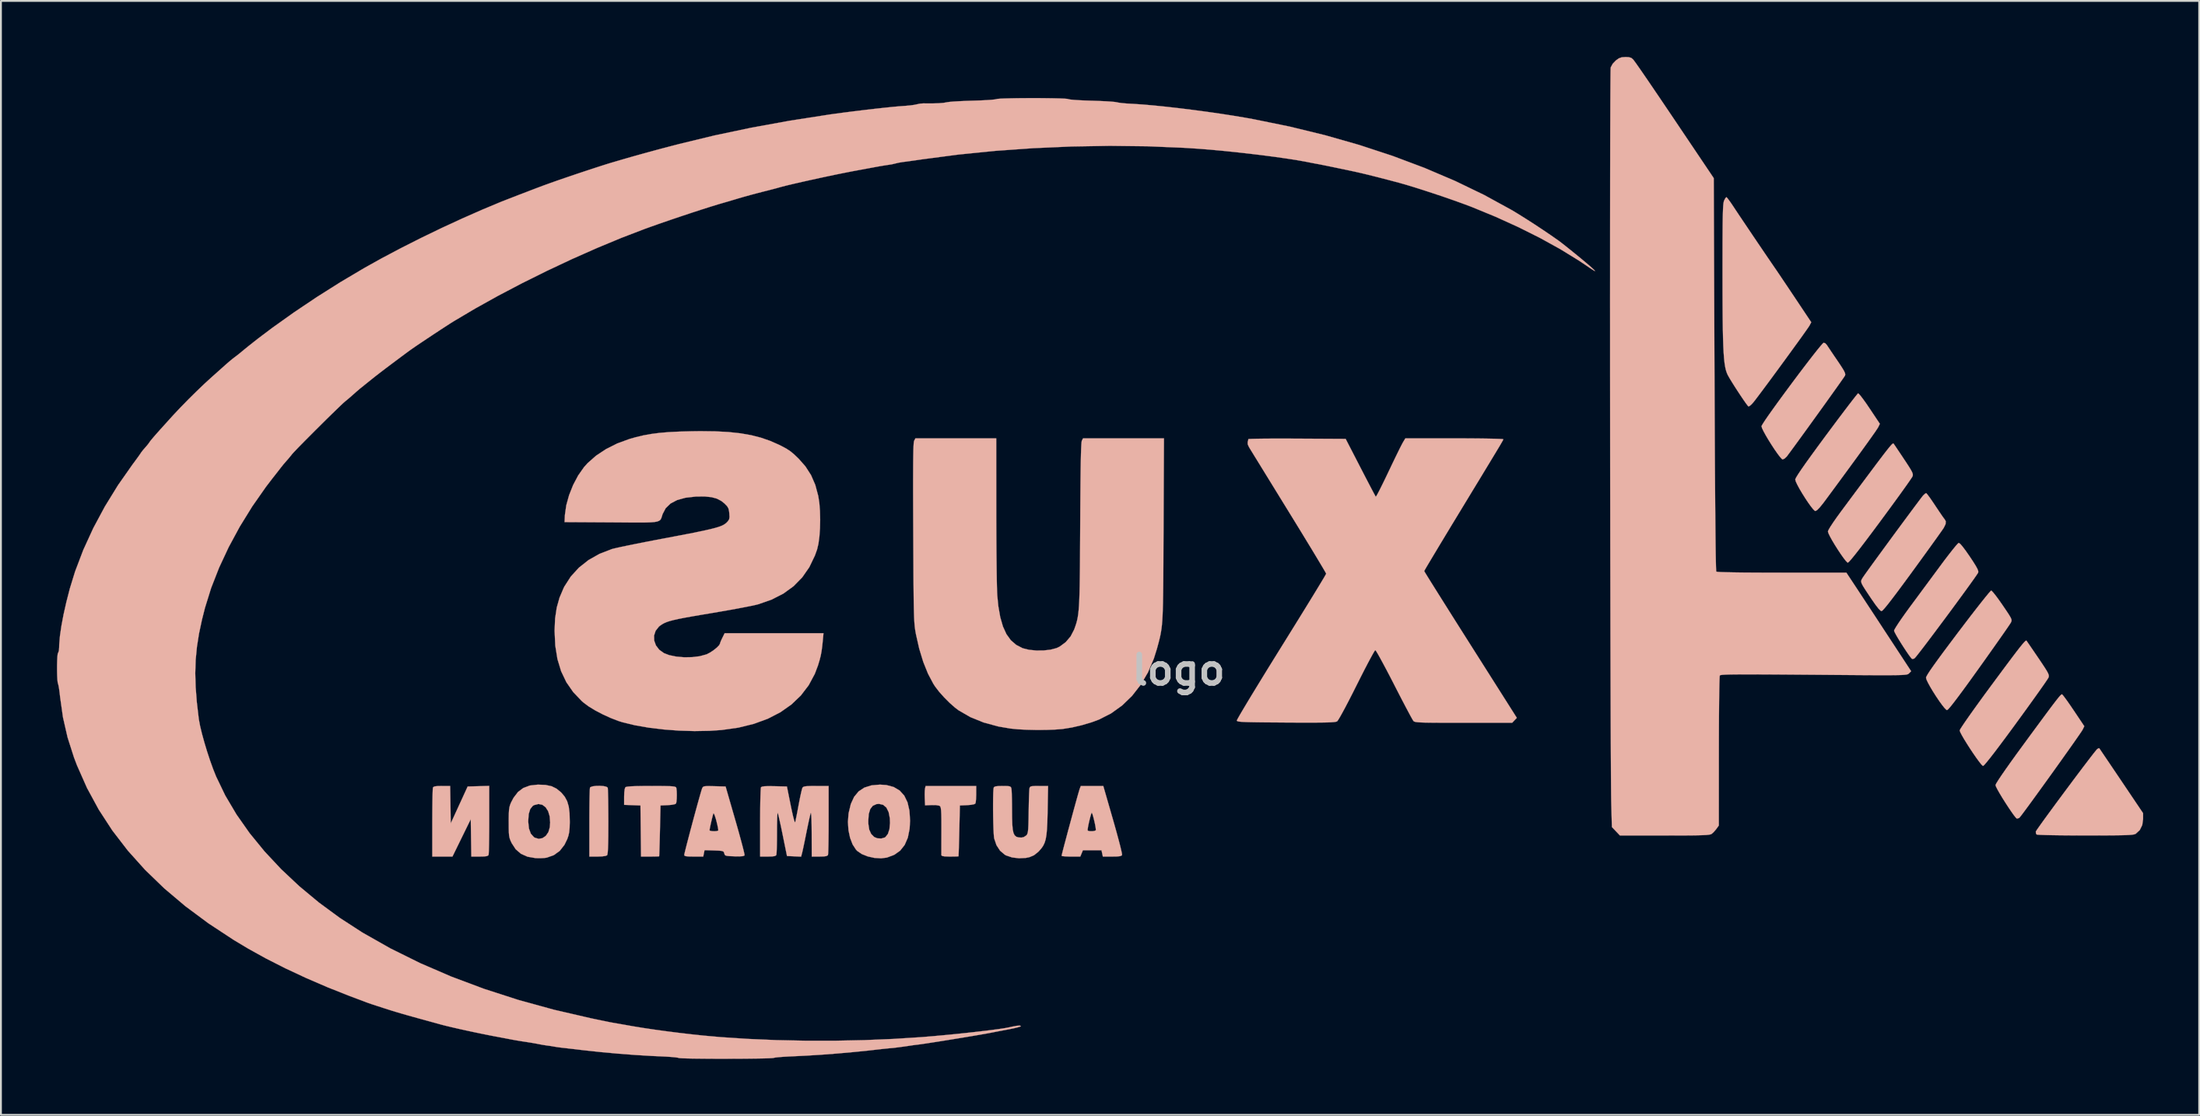
<source format=kicad_pcb>
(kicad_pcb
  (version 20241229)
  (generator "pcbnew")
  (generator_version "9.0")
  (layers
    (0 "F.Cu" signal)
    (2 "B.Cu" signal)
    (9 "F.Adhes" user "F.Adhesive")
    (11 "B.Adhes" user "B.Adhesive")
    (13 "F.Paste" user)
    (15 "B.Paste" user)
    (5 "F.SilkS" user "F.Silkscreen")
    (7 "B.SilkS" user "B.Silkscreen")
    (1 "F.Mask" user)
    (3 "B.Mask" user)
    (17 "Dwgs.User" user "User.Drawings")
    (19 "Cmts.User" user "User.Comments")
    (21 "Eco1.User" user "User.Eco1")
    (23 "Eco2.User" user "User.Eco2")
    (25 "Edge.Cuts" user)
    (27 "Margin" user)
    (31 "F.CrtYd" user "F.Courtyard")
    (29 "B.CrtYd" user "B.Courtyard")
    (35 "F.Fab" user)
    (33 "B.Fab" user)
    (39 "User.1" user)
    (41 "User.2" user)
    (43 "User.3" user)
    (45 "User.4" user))
  (footprint "logo"
    (layer "F.Cu")
    (at 59.961 32.256)
    (property "Reference" "logo" (at 0.1 0.6 0) (layer "Dwgs.User") (effects (font (size 1.524 1.524) (thickness 0.3))))
    (attr through_hole)
    (fp_poly (pts (xy -31.091 6.805) (xy -31.27 6.827) (xy -31.389 6.868) (xy -31.418 6.898) (xy -31.427 6.975) (xy -31.434 7.15) (xy -31.441 7.41) (xy -31.446 7.739) (xy -31.45 8.125) (xy -31.452 8.552) (xy -31.452 8.789) (xy -31.452 10.591) (xy -31.012 10.591) (xy -30.764 10.582) (xy -30.586 10.557) (xy -30.504 10.523) (xy -30.483 10.468) (xy -30.467 10.345) (xy -30.454 10.144) (xy -30.445 9.859) (xy -30.439 9.48) (xy -30.437 9.001) (xy -30.436 8.721) (xy -30.438 8.287) (xy -30.441 7.886) (xy -30.445 7.534) (xy -30.452 7.246) (xy -30.459 7.035) (xy -30.467 6.916) (xy -30.471 6.898) (xy -30.544 6.848) (xy -30.694 6.815) (xy -30.888 6.801) (xy -31.091 6.805)) (stroke (width 0.01) (type solid)) (fill yes) (layer "B.SilkS"))
    (fp_poly (pts (xy -37.392 6.821) (xy -37.969 6.837) (xy -38.253 7.458) (xy -38.385 7.745) (xy -38.519 8.037) (xy -38.637 8.295) (xy -38.706 8.446) (xy -38.875 8.813) (xy -38.89 7.811) (xy -38.906 6.809) (xy -39.35 6.809) (xy -39.585 6.814) (xy -39.729 6.831) (xy -39.805 6.864) (xy -39.828 6.898) (xy -39.837 6.975) (xy -39.844 7.15) (xy -39.851 7.41) (xy -39.856 7.739) (xy -39.86 8.125) (xy -39.862 8.552) (xy -39.863 8.789) (xy -39.863 10.591) (xy -38.783 10.591) (xy -38.293 9.589) (xy -37.802 8.587) (xy -37.787 9.589) (xy -37.772 10.591) (xy -37.327 10.591) (xy -37.093 10.586) (xy -36.948 10.569) (xy -36.873 10.536) (xy -36.849 10.501) (xy -36.841 10.425) (xy -36.833 10.25) (xy -36.826 9.99) (xy -36.821 9.66) (xy -36.817 9.275) (xy -36.815 8.848) (xy -36.815 8.609) (xy -36.815 6.805) (xy -37.392 6.821)) (stroke (width 0.01) (type solid)) (fill yes) (layer "B.SilkS"))
    (fp_poly (pts (xy -28.61 6.811) (xy -28.969 6.817) (xy -29.233 6.828) (xy -29.408 6.844) (xy -29.503 6.865) (xy -29.522 6.877) (xy -29.559 6.971) (xy -29.582 7.156) (xy -29.59 7.382) (xy -29.59 7.82) (xy -29.152 7.837) (xy -28.715 7.853) (xy -28.7 9.222) (xy -28.685 10.591) (xy -28.206 10.591) (xy -27.988 10.589) (xy -27.818 10.585) (xy -27.725 10.579) (xy -27.716 10.577) (xy -27.711 10.519) (xy -27.705 10.363) (xy -27.697 10.127) (xy -27.688 9.824) (xy -27.679 9.471) (xy -27.673 9.208) (xy -27.642 7.853) (xy -27.249 7.836) (xy -27.035 7.818) (xy -26.88 7.787) (xy -26.812 7.751) (xy -26.789 7.658) (xy -26.774 7.49) (xy -26.769 7.29) (xy -26.774 7.094) (xy -26.79 6.943) (xy -26.802 6.898) (xy -26.825 6.869) (xy -26.878 6.847) (xy -26.974 6.831) (xy -27.127 6.82) (xy -27.35 6.814) (xy -27.657 6.81) (xy -28.061 6.809) (xy -28.145 6.809) (xy -28.61 6.811)) (stroke (width 0.01) (type solid)) (fill yes) (layer "B.SilkS"))
    (fp_poly (pts (xy -13.477 6.937) (xy -13.491 7.058) (xy -13.496 7.249) (xy -13.492 7.456) (xy -13.475 7.846) (xy -13.119 7.831) (xy -12.887 7.834) (xy -12.727 7.862) (xy -12.679 7.886) (xy -12.652 7.926) (xy -12.631 8.003) (xy -12.616 8.132) (xy -12.606 8.324) (xy -12.601 8.595) (xy -12.6 8.958) (xy -12.6 9.202) (xy -12.601 9.569) (xy -12.602 9.9) (xy -12.602 10.177) (xy -12.602 10.383) (xy -12.602 10.501) (xy -12.602 10.52) (xy -12.561 10.559) (xy -12.435 10.582) (xy -12.21 10.59) (xy -12.148 10.591) (xy -11.937 10.589) (xy -11.775 10.585) (xy -11.691 10.578) (xy -11.685 10.577) (xy -11.681 10.519) (xy -11.675 10.363) (xy -11.667 10.127) (xy -11.658 9.824) (xy -11.649 9.471) (xy -11.643 9.208) (xy -11.612 7.853) (xy -11.219 7.836) (xy -11.005 7.818) (xy -10.849 7.787) (xy -10.782 7.751) (xy -10.761 7.665) (xy -10.746 7.499) (xy -10.738 7.287) (xy -10.738 7.246) (xy -10.737 6.809) (xy -13.445 6.809) (xy -13.477 6.937)) (stroke (width 0.01) (type solid)) (fill yes) (layer "B.SilkS"))
    (fp_poly (pts (xy 36.441 -14.182) (xy 36.335 -14.051) (xy 36.176 -13.848) (xy 35.97 -13.58) (xy 35.724 -13.256) (xy 35.445 -12.886) (xy 35.139 -12.477) (xy 34.813 -12.039) (xy 34.772 -11.984) (xy 34.34 -11.398) (xy 33.976 -10.898) (xy 33.678 -10.484) (xy 33.446 -10.151) (xy 33.277 -9.899) (xy 33.17 -9.725) (xy 33.124 -9.628) (xy 33.121 -9.614) (xy 33.15 -9.506) (xy 33.23 -9.334) (xy 33.348 -9.115) (xy 33.493 -8.87) (xy 33.651 -8.618) (xy 33.81 -8.379) (xy 33.958 -8.172) (xy 34.083 -8.017) (xy 34.172 -7.933) (xy 34.197 -7.923) (xy 34.289 -7.972) (xy 34.434 -8.119) (xy 34.63 -8.362) (xy 34.692 -8.445) (xy 35.157 -9.075) (xy 35.594 -9.669) (xy 35.999 -10.222) (xy 36.368 -10.727) (xy 36.696 -11.179) (xy 36.978 -11.57) (xy 37.21 -11.896) (xy 37.389 -12.15) (xy 37.508 -12.326) (xy 37.565 -12.418) (xy 37.565 -12.419) (xy 37.651 -12.597) (xy 37.1 -13.423) (xy 36.919 -13.69) (xy 36.755 -13.918) (xy 36.621 -14.094) (xy 36.526 -14.202) (xy 36.486 -14.23) (xy 36.441 -14.182)) (stroke (width 0.01) (type solid)) (fill yes) (layer "B.SilkS"))
    (fp_poly (pts (xy 49.346 4.796) (xy 49.283 4.839) (xy 49.225 4.905) (xy 49.109 5.049) (xy 48.944 5.261) (xy 48.738 5.531) (xy 48.498 5.846) (xy 48.234 6.197) (xy 47.953 6.572) (xy 47.663 6.961) (xy 47.373 7.352) (xy 47.09 7.734) (xy 46.824 8.097) (xy 46.58 8.43) (xy 46.369 8.721) (xy 46.199 8.96) (xy 46.076 9.135) (xy 46.01 9.237) (xy 46.001 9.255) (xy 46.013 9.366) (xy 46.052 9.41) (xy 46.123 9.421) (xy 46.295 9.43) (xy 46.557 9.439) (xy 46.897 9.446) (xy 47.302 9.452) (xy 47.762 9.456) (xy 48.264 9.459) (xy 48.67 9.459) (xy 49.282 9.459) (xy 49.791 9.457) (xy 50.207 9.454) (xy 50.54 9.45) (xy 50.8 9.443) (xy 50.997 9.434) (xy 51.141 9.423) (xy 51.242 9.408) (xy 51.31 9.39) (xy 51.353 9.37) (xy 51.569 9.172) (xy 51.702 8.903) (xy 51.747 8.583) (xy 51.747 8.268) (xy 50.581 6.536) (xy 50.316 6.143) (xy 50.071 5.78) (xy 49.853 5.457) (xy 49.67 5.186) (xy 49.528 4.976) (xy 49.435 4.838) (xy 49.397 4.783) (xy 49.397 4.783) (xy 49.346 4.796)) (stroke (width 0.01) (type solid)) (fill yes) (layer "B.SilkS"))
    (fp_poly (pts (xy -16.347 6.776) (xy -16.727 6.896) (xy -17.035 7.101) (xy -17.276 7.393) (xy -17.452 7.776) (xy -17.566 8.252) (xy -17.574 8.303) (xy -17.606 8.743) (xy -17.577 9.178) (xy -17.492 9.584) (xy -17.357 9.939) (xy -17.176 10.218) (xy -17.106 10.292) (xy -16.861 10.458) (xy -16.542 10.585) (xy -16.187 10.663) (xy -15.831 10.685) (xy -15.52 10.646) (xy -15.126 10.498) (xy -14.808 10.273) (xy -14.567 9.967) (xy -14.399 9.579) (xy -14.304 9.106) (xy -14.286 8.787) (xy -15.353 8.787) (xy -15.383 9.121) (xy -15.466 9.378) (xy -15.598 9.546) (xy -15.634 9.57) (xy -15.819 9.624) (xy -16.031 9.612) (xy -16.2 9.543) (xy -16.363 9.378) (xy -16.466 9.148) (xy -16.513 8.837) (xy -16.517 8.672) (xy -16.491 8.309) (xy -16.41 8.042) (xy -16.272 7.867) (xy -16.074 7.78) (xy -15.942 7.768) (xy -15.72 7.819) (xy -15.547 7.967) (xy -15.427 8.208) (xy -15.363 8.535) (xy -15.353 8.787) (xy -14.286 8.787) (xy -14.279 8.672) (xy -14.312 8.136) (xy -14.415 7.688) (xy -14.589 7.328) (xy -14.836 7.053) (xy -15.155 6.864) (xy -15.548 6.759) (xy -15.892 6.736) (xy -16.347 6.776)) (stroke (width 0.01) (type solid)) (fill yes) (layer "B.SilkS"))
    (fp_poly (pts (xy 41.872 -6.217) (xy 41.817 -6.169) (xy 41.705 -6.042) (xy 41.547 -5.848) (xy 41.353 -5.601) (xy 41.132 -5.313) (xy 40.953 -5.072) (xy 40.658 -4.673) (xy 40.322 -4.218) (xy 39.969 -3.741) (xy 39.626 -3.276) (xy 39.317 -2.858) (xy 39.265 -2.789) (xy 39.031 -2.467) (xy 38.822 -2.171) (xy 38.646 -1.914) (xy 38.514 -1.708) (xy 38.433 -1.569) (xy 38.412 -1.513) (xy 38.442 -1.433) (xy 38.522 -1.282) (xy 38.64 -1.08) (xy 38.782 -0.849) (xy 38.935 -0.61) (xy 39.084 -0.384) (xy 39.217 -0.192) (xy 39.32 -0.056) (xy 39.375 0.001) (xy 39.455 -0.004) (xy 39.514 -0.037) (xy 39.572 -0.101) (xy 39.688 -0.245) (xy 39.854 -0.458) (xy 40.062 -0.729) (xy 40.303 -1.048) (xy 40.57 -1.403) (xy 40.854 -1.784) (xy 41.149 -2.179) (xy 41.445 -2.579) (xy 41.735 -2.973) (xy 42.01 -3.349) (xy 42.264 -3.697) (xy 42.487 -4.006) (xy 42.673 -4.266) (xy 42.812 -4.465) (xy 42.897 -4.593) (xy 42.92 -4.636) (xy 42.918 -4.71) (xy 42.876 -4.823) (xy 42.787 -4.987) (xy 42.644 -5.215) (xy 42.456 -5.498) (xy 42.241 -5.806) (xy 42.07 -6.032) (xy 41.947 -6.171) (xy 41.875 -6.217) (xy 41.872 -6.217)) (stroke (width 0.01) (type solid)) (fill yes) (layer "B.SilkS"))
    (fp_poly (pts (xy 47.38 1.905) (xy 47.345 1.932) (xy 47.294 1.983) (xy 47.221 2.068) (xy 47.122 2.192) (xy 46.991 2.361) (xy 46.822 2.584) (xy 46.611 2.867) (xy 46.353 3.216) (xy 46.042 3.638) (xy 45.672 4.14) (xy 45.405 4.505) (xy 45.009 5.046) (xy 44.667 5.521) (xy 44.381 5.926) (xy 44.153 6.255) (xy 43.986 6.507) (xy 43.882 6.677) (xy 43.845 6.761) (xy 43.844 6.763) (xy 43.874 6.85) (xy 43.953 7.006) (xy 44.072 7.215) (xy 44.217 7.456) (xy 44.378 7.711) (xy 44.542 7.963) (xy 44.697 8.192) (xy 44.831 8.38) (xy 44.933 8.508) (xy 44.991 8.558) (xy 44.993 8.558) (xy 45.099 8.527) (xy 45.119 8.515) (xy 45.166 8.46) (xy 45.272 8.323) (xy 45.427 8.115) (xy 45.624 7.848) (xy 45.855 7.531) (xy 46.113 7.175) (xy 46.39 6.792) (xy 46.679 6.391) (xy 46.971 5.984) (xy 47.259 5.581) (xy 47.535 5.193) (xy 47.792 4.831) (xy 48.022 4.505) (xy 48.216 4.227) (xy 48.369 4.006) (xy 48.471 3.854) (xy 48.514 3.783) (xy 48.599 3.608) (xy 48.027 2.753) (xy 47.842 2.481) (xy 47.676 2.244) (xy 47.541 2.059) (xy 47.446 1.938) (xy 47.403 1.898) (xy 47.38 1.905)) (stroke (width 0.01) (type solid)) (fill yes) (layer "B.SilkS"))
    (fp_poly (pts (xy 34.587 -16.893) (xy 34.473 -16.763) (xy 34.309 -16.563) (xy 34.104 -16.304) (xy 33.865 -15.997) (xy 33.601 -15.652) (xy 33.319 -15.28) (xy 33.028 -14.891) (xy 32.736 -14.498) (xy 32.45 -14.11) (xy 32.179 -13.739) (xy 31.931 -13.395) (xy 31.714 -13.089) (xy 31.536 -12.832) (xy 31.406 -12.634) (xy 31.33 -12.508) (xy 31.314 -12.467) (xy 31.343 -12.364) (xy 31.424 -12.195) (xy 31.543 -11.977) (xy 31.689 -11.73) (xy 31.85 -11.473) (xy 32.013 -11.224) (xy 32.168 -11.002) (xy 32.301 -10.827) (xy 32.4 -10.717) (xy 32.447 -10.689) (xy 32.544 -10.731) (xy 32.658 -10.837) (xy 32.687 -10.872) (xy 32.843 -11.082) (xy 33.04 -11.351) (xy 33.271 -11.667) (xy 33.527 -12.02) (xy 33.802 -12.399) (xy 34.086 -12.793) (xy 34.372 -13.19) (xy 34.653 -13.58) (xy 34.919 -13.952) (xy 35.164 -14.295) (xy 35.379 -14.597) (xy 35.557 -14.848) (xy 35.689 -15.037) (xy 35.767 -15.152) (xy 35.786 -15.183) (xy 35.799 -15.243) (xy 35.782 -15.324) (xy 35.727 -15.441) (xy 35.625 -15.61) (xy 35.47 -15.846) (xy 35.37 -15.994) (xy 35.195 -16.25) (xy 35.038 -16.482) (xy 34.912 -16.671) (xy 34.83 -16.795) (xy 34.813 -16.821) (xy 34.725 -16.915) (xy 34.644 -16.941) (xy 34.587 -16.893)) (stroke (width 0.01) (type solid)) (fill yes) (layer "B.SilkS"))
    (fp_poly (pts (xy 43.564 -3.618) (xy 43.455 -3.492) (xy 43.292 -3.293) (xy 43.081 -3.029) (xy 42.83 -2.709) (xy 42.545 -2.342) (xy 42.234 -1.935) (xy 41.902 -1.498) (xy 41.83 -1.404) (xy 41.409 -0.843) (xy 41.053 -0.366) (xy 40.761 0.032) (xy 40.528 0.355) (xy 40.351 0.609) (xy 40.227 0.799) (xy 40.152 0.928) (xy 40.123 1.003) (xy 40.123 1.009) (xy 40.151 1.114) (xy 40.232 1.285) (xy 40.352 1.503) (xy 40.499 1.749) (xy 40.661 2.004) (xy 40.825 2.248) (xy 40.98 2.462) (xy 41.112 2.628) (xy 41.21 2.726) (xy 41.248 2.745) (xy 41.304 2.703) (xy 41.418 2.576) (xy 41.588 2.363) (xy 41.818 2.061) (xy 42.107 1.671) (xy 42.457 1.191) (xy 42.868 0.618) (xy 42.963 0.485) (xy 43.286 0.033) (xy 43.59 -0.396) (xy 43.87 -0.792) (xy 44.118 -1.145) (xy 44.328 -1.445) (xy 44.493 -1.684) (xy 44.606 -1.851) (xy 44.661 -1.937) (xy 44.663 -1.94) (xy 44.693 -2.004) (xy 44.705 -2.063) (xy 44.691 -2.136) (xy 44.644 -2.237) (xy 44.556 -2.383) (xy 44.42 -2.589) (xy 44.228 -2.872) (xy 44.22 -2.884) (xy 44.039 -3.143) (xy 43.876 -3.365) (xy 43.741 -3.535) (xy 43.648 -3.638) (xy 43.613 -3.662) (xy 43.564 -3.618)) (stroke (width 0.01) (type solid)) (fill yes) (layer "B.SilkS"))
    (fp_poly (pts (xy 40.062 -8.845) (xy 39.969 -8.756) (xy 39.904 -8.676) (xy 39.782 -8.516) (xy 39.611 -8.288) (xy 39.399 -8.003) (xy 39.154 -7.673) (xy 38.885 -7.309) (xy 38.6 -6.923) (xy 38.308 -6.526) (xy 38.017 -6.129) (xy 37.736 -5.744) (xy 37.472 -5.383) (xy 37.235 -5.057) (xy 37.033 -4.777) (xy 36.874 -4.555) (xy 36.767 -4.402) (xy 36.723 -4.335) (xy 36.679 -4.26) (xy 36.653 -4.195) (xy 36.651 -4.126) (xy 36.679 -4.036) (xy 36.745 -3.911) (xy 36.855 -3.735) (xy 37.014 -3.493) (xy 37.194 -3.224) (xy 37.41 -2.913) (xy 37.574 -2.7) (xy 37.689 -2.585) (xy 37.742 -2.561) (xy 37.797 -2.599) (xy 37.904 -2.715) (xy 38.066 -2.91) (xy 38.283 -3.189) (xy 38.558 -3.552) (xy 38.893 -4.003) (xy 39.29 -4.543) (xy 39.398 -4.692) (xy 39.718 -5.131) (xy 40.021 -5.549) (xy 40.299 -5.934) (xy 40.546 -6.277) (xy 40.754 -6.568) (xy 40.916 -6.796) (xy 41.025 -6.952) (xy 41.071 -7.02) (xy 41.17 -7.223) (xy 41.181 -7.375) (xy 41.12 -7.482) (xy 41.064 -7.554) (xy 40.96 -7.702) (xy 40.821 -7.906) (xy 40.661 -8.145) (xy 40.612 -8.219) (xy 40.452 -8.458) (xy 40.312 -8.659) (xy 40.203 -8.804) (xy 40.139 -8.877) (xy 40.129 -8.883) (xy 40.062 -8.845)) (stroke (width 0.01) (type solid)) (fill yes) (layer "B.SilkS"))
    (fp_poly (pts (xy 38.356 -11.541) (xy 38.327 -11.524) (xy 38.284 -11.485) (xy 38.222 -11.417) (xy 38.137 -11.316) (xy 38.025 -11.175) (xy 37.88 -10.989) (xy 37.7 -10.753) (xy 37.479 -10.461) (xy 37.214 -10.106) (xy 36.899 -9.684) (xy 36.53 -9.189) (xy 36.103 -8.615) (xy 35.614 -7.956) (xy 35.561 -7.885) (xy 35.341 -7.582) (xy 35.153 -7.312) (xy 35.005 -7.087) (xy 34.908 -6.923) (xy 34.87 -6.832) (xy 34.87 -6.829) (xy 34.899 -6.73) (xy 34.979 -6.564) (xy 35.097 -6.35) (xy 35.241 -6.109) (xy 35.398 -5.86) (xy 35.556 -5.622) (xy 35.702 -5.415) (xy 35.825 -5.257) (xy 35.911 -5.169) (xy 35.936 -5.157) (xy 35.996 -5.203) (xy 36.12 -5.341) (xy 36.306 -5.568) (xy 36.554 -5.884) (xy 36.863 -6.288) (xy 37.232 -6.779) (xy 37.66 -7.354) (xy 37.69 -7.395) (xy 38.019 -7.842) (xy 38.329 -8.265) (xy 38.613 -8.655) (xy 38.863 -9.002) (xy 39.074 -9.298) (xy 39.238 -9.532) (xy 39.349 -9.696) (xy 39.4 -9.779) (xy 39.402 -9.783) (xy 39.417 -9.846) (xy 39.411 -9.919) (xy 39.375 -10.015) (xy 39.301 -10.152) (xy 39.181 -10.345) (xy 39.008 -10.609) (xy 38.934 -10.72) (xy 38.759 -10.983) (xy 38.606 -11.211) (xy 38.487 -11.389) (xy 38.411 -11.5) (xy 38.389 -11.531) (xy 38.376 -11.542) (xy 38.356 -11.541)) (stroke (width 0.01) (type solid)) (fill yes) (layer "B.SilkS"))
    (fp_poly (pts (xy 45.438 -0.952) (xy 45.374 -0.888) (xy 45.281 -0.781) (xy 45.154 -0.625) (xy 44.989 -0.413) (xy 44.781 -0.139) (xy 44.524 0.203) (xy 44.214 0.619) (xy 43.846 1.116) (xy 43.566 1.495) (xy 43.24 1.938) (xy 42.936 2.357) (xy 42.66 2.741) (xy 42.418 3.082) (xy 42.217 3.371) (xy 42.064 3.597) (xy 41.965 3.753) (xy 41.926 3.828) (xy 41.925 3.831) (xy 41.955 3.922) (xy 42.038 4.083) (xy 42.16 4.295) (xy 42.312 4.541) (xy 42.48 4.804) (xy 42.653 5.064) (xy 42.82 5.305) (xy 42.969 5.508) (xy 43.087 5.656) (xy 43.164 5.73) (xy 43.178 5.735) (xy 43.235 5.69) (xy 43.354 5.554) (xy 43.534 5.332) (xy 43.773 5.025) (xy 44.067 4.636) (xy 44.416 4.168) (xy 44.816 3.625) (xy 44.95 3.441) (xy 45.28 2.988) (xy 45.591 2.558) (xy 45.876 2.161) (xy 46.129 1.807) (xy 46.342 1.505) (xy 46.51 1.264) (xy 46.625 1.093) (xy 46.681 1.002) (xy 46.684 0.994) (xy 46.7 0.934) (xy 46.695 0.866) (xy 46.662 0.776) (xy 46.595 0.649) (xy 46.484 0.471) (xy 46.323 0.227) (xy 46.133 -0.055) (xy 45.942 -0.335) (xy 45.774 -0.582) (xy 45.637 -0.781) (xy 45.543 -0.918) (xy 45.501 -0.977) (xy 45.501 -0.977) (xy 45.479 -0.98) (xy 45.438 -0.952)) (stroke (width 0.01) (type solid)) (fill yes) (layer "B.SilkS"))
    (fp_poly (pts (xy -5.196 6.964) (xy -5.223 7.05) (xy -5.274 7.225) (xy -5.344 7.475) (xy -5.429 7.782) (xy -5.525 8.132) (xy -5.627 8.508) (xy -5.731 8.894) (xy -5.834 9.274) (xy -5.929 9.633) (xy -6.015 9.954) (xy -6.085 10.222) (xy -6.135 10.421) (xy -6.162 10.533) (xy -6.165 10.553) (xy -6.113 10.569) (xy -5.973 10.582) (xy -5.772 10.59) (xy -5.664 10.591) (xy -5.163 10.591) (xy -5.093 10.421) (xy -5.023 10.252) (xy -4.029 10.252) (xy -3.992 10.421) (xy -3.955 10.591) (xy -3.458 10.591) (xy -3.207 10.587) (xy -3.048 10.572) (xy -2.961 10.544) (xy -2.927 10.504) (xy -2.934 10.43) (xy -2.97 10.262) (xy -3.03 10.012) (xy -3.113 9.694) (xy -3.214 9.322) (xy -3.261 9.151) (xy -4.329 9.151) (xy -4.332 9.182) (xy -4.406 9.218) (xy -4.535 9.234) (xy -4.671 9.23) (xy -4.76 9.204) (xy -4.77 9.194) (xy -4.769 9.125) (xy -4.747 8.985) (xy -4.71 8.803) (xy -4.665 8.608) (xy -4.619 8.429) (xy -4.579 8.297) (xy -4.551 8.239) (xy -4.547 8.239) (xy -4.513 8.314) (xy -4.468 8.463) (xy -4.42 8.654) (xy -4.375 8.855) (xy -4.343 9.032) (xy -4.329 9.151) (xy -3.261 9.151) (xy -3.329 8.908) (xy -3.413 8.613) (xy -3.933 6.809) (xy -5.136 6.809) (xy -5.196 6.964)) (stroke (width 0.01) (type solid)) (fill yes) (layer "B.SilkS"))
    (fp_poly (pts (xy -34.21 6.737) (xy -34.633 6.784) (xy -34.983 6.912) (xy -35.272 7.128) (xy -35.512 7.441) (xy -35.642 7.687) (xy -35.694 7.812) (xy -35.73 7.937) (xy -35.753 8.085) (xy -35.765 8.283) (xy -35.77 8.555) (xy -35.77 8.756) (xy -35.769 9.074) (xy -35.763 9.305) (xy -35.749 9.473) (xy -35.722 9.604) (xy -35.68 9.723) (xy -35.618 9.856) (xy -35.611 9.871) (xy -35.396 10.201) (xy -35.115 10.442) (xy -34.764 10.599) (xy -34.337 10.673) (xy -34.313 10.675) (xy -34.078 10.679) (xy -33.848 10.666) (xy -33.729 10.648) (xy -33.353 10.514) (xy -33.038 10.286) (xy -32.786 9.964) (xy -32.635 9.653) (xy -32.572 9.47) (xy -32.533 9.287) (xy -32.511 9.067) (xy -32.502 8.777) (xy -32.502 8.766) (xy -33.551 8.766) (xy -33.571 9.022) (xy -33.647 9.283) (xy -33.784 9.481) (xy -33.962 9.604) (xy -34.165 9.641) (xy -34.373 9.58) (xy -34.424 9.548) (xy -34.586 9.366) (xy -34.687 9.091) (xy -34.726 8.724) (xy -34.726 8.672) (xy -34.699 8.308) (xy -34.617 8.042) (xy -34.479 7.873) (xy -34.41 7.833) (xy -34.176 7.775) (xy -33.968 7.818) (xy -33.794 7.95) (xy -33.66 8.159) (xy -33.577 8.435) (xy -33.551 8.766) (xy -32.502 8.766) (xy -32.502 8.7) (xy -32.513 8.261) (xy -32.557 7.91) (xy -32.641 7.625) (xy -32.77 7.385) (xy -32.952 7.167) (xy -32.966 7.153) (xy -33.209 6.953) (xy -33.478 6.822) (xy -33.8 6.753) (xy -34.2 6.737) (xy -34.21 6.737)) (stroke (width 0.01) (type solid)) (fill yes) (layer "B.SilkS"))
    (fp_poly (pts (xy -7.607 6.811) (xy -7.753 6.821) (xy -7.833 6.844) (xy -7.87 6.887) (xy -7.885 6.936) (xy -7.894 7.03) (xy -7.904 7.217) (xy -7.913 7.478) (xy -7.921 7.794) (xy -7.927 8.146) (xy -7.928 8.2) (xy -7.934 8.591) (xy -7.942 8.884) (xy -7.952 9.097) (xy -7.967 9.245) (xy -7.988 9.344) (xy -8.016 9.41) (xy -8.051 9.456) (xy -8.189 9.547) (xy -8.314 9.575) (xy -8.469 9.566) (xy -8.588 9.53) (xy -8.677 9.456) (xy -8.74 9.331) (xy -8.781 9.141) (xy -8.805 8.875) (xy -8.816 8.519) (xy -8.819 8.124) (xy -8.821 7.781) (xy -8.826 7.47) (xy -8.834 7.212) (xy -8.843 7.027) (xy -8.854 6.936) (xy -8.88 6.872) (xy -8.931 6.834) (xy -9.034 6.815) (xy -9.213 6.809) (xy -9.327 6.809) (xy -9.56 6.814) (xy -9.703 6.831) (xy -9.778 6.865) (xy -9.8 6.898) (xy -9.814 6.994) (xy -9.825 7.183) (xy -9.831 7.443) (xy -9.834 7.755) (xy -9.834 8.097) (xy -9.83 8.45) (xy -9.823 8.792) (xy -9.813 9.103) (xy -9.8 9.363) (xy -9.785 9.551) (xy -9.774 9.623) (xy -9.653 9.98) (xy -9.46 10.276) (xy -9.21 10.49) (xy -9.131 10.533) (xy -8.815 10.638) (xy -8.448 10.682) (xy -8.08 10.664) (xy -7.889 10.624) (xy -7.641 10.519) (xy -7.415 10.339) (xy -7.372 10.294) (xy -7.248 10.153) (xy -7.15 10.011) (xy -7.074 9.853) (xy -7.017 9.664) (xy -6.977 9.427) (xy -6.948 9.128) (xy -6.929 8.752) (xy -6.916 8.282) (xy -6.913 8.121) (xy -6.889 6.809) (xy -7.373 6.809) (xy -7.607 6.811)) (stroke (width 0.01) (type solid)) (fill yes) (layer "B.SilkS"))
    (fp_poly (pts (xy -25.2 6.817) (xy -25.306 6.83) (xy -25.366 6.859) (xy -25.401 6.907) (xy -25.413 6.934) (xy -25.443 7.023) (xy -25.496 7.203) (xy -25.568 7.456) (xy -25.655 7.768) (xy -25.752 8.121) (xy -25.855 8.5) (xy -25.959 8.887) (xy -26.06 9.268) (xy -26.154 9.626) (xy -26.237 9.944) (xy -26.303 10.206) (xy -26.35 10.396) (xy -26.371 10.498) (xy -26.372 10.508) (xy -26.351 10.549) (xy -26.274 10.574) (xy -26.124 10.587) (xy -25.88 10.591) (xy -25.863 10.591) (xy -25.354 10.591) (xy -25.319 10.419) (xy -25.285 10.248) (xy -24.773 10.264) (xy -24.53 10.273) (xy -24.378 10.287) (xy -24.292 10.311) (xy -24.25 10.353) (xy -24.228 10.419) (xy -24.228 10.421) (xy -24.206 10.488) (xy -24.165 10.531) (xy -24.08 10.555) (xy -23.93 10.569) (xy -23.69 10.578) (xy -23.682 10.579) (xy -23.416 10.582) (xy -23.247 10.571) (xy -23.16 10.544) (xy -23.141 10.522) (xy -23.15 10.452) (xy -23.187 10.287) (xy -23.249 10.041) (xy -23.333 9.725) (xy -23.434 9.355) (xy -23.484 9.176) (xy -24.548 9.176) (xy -24.55 9.194) (xy -24.615 9.223) (xy -24.739 9.235) (xy -24.877 9.23) (xy -24.984 9.21) (xy -25.018 9.183) (xy -25.005 9.097) (xy -24.973 8.937) (xy -24.929 8.739) (xy -24.882 8.539) (xy -24.84 8.373) (xy -24.811 8.276) (xy -24.783 8.288) (xy -24.737 8.391) (xy -24.681 8.565) (xy -24.652 8.672) (xy -24.598 8.891) (xy -24.562 9.069) (xy -24.548 9.176) (xy -23.484 9.176) (xy -23.55 8.942) (xy -23.636 8.643) (xy -24.157 6.837) (xy -24.757 6.821) (xy -25.024 6.815) (xy -25.2 6.817)) (stroke (width 0.01) (type solid)) (fill yes) (layer "B.SilkS"))
    (fp_poly (pts (xy 29.385 -24.696) (xy 29.322 -24.581) (xy 29.307 -24.548) (xy 29.291 -24.493) (xy 29.276 -24.41) (xy 29.264 -24.289) (xy 29.254 -24.124) (xy 29.246 -23.906) (xy 29.239 -23.627) (xy 29.234 -23.279) (xy 29.231 -22.855) (xy 29.228 -22.345) (xy 29.227 -21.744) (xy 29.226 -21.041) (xy 29.226 -20.611) (xy 29.227 -19.732) (xy 29.23 -18.958) (xy 29.235 -18.283) (xy 29.243 -17.697) (xy 29.254 -17.194) (xy 29.268 -16.766) (xy 29.286 -16.405) (xy 29.308 -16.104) (xy 29.335 -15.856) (xy 29.367 -15.652) (xy 29.404 -15.485) (xy 29.447 -15.348) (xy 29.496 -15.233) (xy 29.51 -15.205) (xy 29.599 -15.047) (xy 29.726 -14.838) (xy 29.877 -14.597) (xy 30.041 -14.343) (xy 30.205 -14.095) (xy 30.357 -13.87) (xy 30.485 -13.688) (xy 30.576 -13.568) (xy 30.616 -13.527) (xy 30.685 -13.556) (xy 30.792 -13.652) (xy 30.878 -13.748) (xy 30.983 -13.882) (xy 31.138 -14.087) (xy 31.336 -14.351) (xy 31.568 -14.662) (xy 31.825 -15.009) (xy 32.098 -15.381) (xy 32.379 -15.764) (xy 32.66 -16.149) (xy 32.931 -16.522) (xy 33.185 -16.872) (xy 33.413 -17.187) (xy 33.605 -17.457) (xy 33.754 -17.668) (xy 33.851 -17.809) (xy 33.885 -17.863) (xy 33.977 -18.04) (xy 33.144 -19.289) (xy 32.904 -19.648) (xy 32.67 -19.998) (xy 32.452 -20.322) (xy 32.264 -20.602) (xy 32.117 -20.819) (xy 32.038 -20.934) (xy 31.855 -21.201) (xy 31.63 -21.53) (xy 31.378 -21.902) (xy 31.108 -22.3) (xy 30.834 -22.706) (xy 30.567 -23.103) (xy 30.318 -23.473) (xy 30.099 -23.799) (xy 29.923 -24.063) (xy 29.82 -24.22) (xy 29.679 -24.43) (xy 29.557 -24.6) (xy 29.47 -24.71) (xy 29.434 -24.742) (xy 29.385 -24.696)) (stroke (width 0.01) (type solid)) (fill yes) (layer "B.SilkS"))
    (fp_poly (pts (xy -19.606 6.811) (xy -19.805 6.819) (xy -19.93 6.835) (xy -20.002 6.862) (xy -20.04 6.903) (xy -20.043 6.908) (xy -20.072 6.997) (xy -20.114 7.174) (xy -20.167 7.417) (xy -20.223 7.704) (xy -20.246 7.825) (xy -20.302 8.124) (xy -20.353 8.39) (xy -20.396 8.6) (xy -20.424 8.731) (xy -20.431 8.756) (xy -20.453 8.744) (xy -20.492 8.631) (xy -20.546 8.426) (xy -20.61 8.14) (xy -20.67 7.853) (xy -20.873 6.837) (xy -21.544 6.821) (xy -21.855 6.817) (xy -22.068 6.824) (xy -22.198 6.843) (xy -22.258 6.874) (xy -22.261 6.878) (xy -22.272 6.95) (xy -22.282 7.121) (xy -22.291 7.377) (xy -22.299 7.704) (xy -22.304 8.088) (xy -22.307 8.514) (xy -22.308 8.77) (xy -22.308 10.591) (xy -21.891 10.591) (xy -21.664 10.585) (xy -21.526 10.566) (xy -21.457 10.529) (xy -21.44 10.501) (xy -21.429 10.419) (xy -21.42 10.243) (xy -21.412 9.992) (xy -21.407 9.685) (xy -21.405 9.341) (xy -21.405 9.307) (xy -21.404 8.97) (xy -21.399 8.679) (xy -21.392 8.448) (xy -21.382 8.295) (xy -21.372 8.236) (xy -21.37 8.237) (xy -21.348 8.3) (xy -21.309 8.458) (xy -21.255 8.692) (xy -21.191 8.986) (xy -21.121 9.323) (xy -21.102 9.417) (xy -20.869 10.562) (xy -20.491 10.579) (xy -20.113 10.596) (xy -20.057 10.382) (xy -20.027 10.253) (xy -19.981 10.038) (xy -19.923 9.761) (xy -19.86 9.449) (xy -19.824 9.269) (xy -19.76 8.957) (xy -19.7 8.676) (xy -19.649 8.449) (xy -19.612 8.299) (xy -19.598 8.253) (xy -19.582 8.268) (xy -19.569 8.386) (xy -19.558 8.596) (xy -19.551 8.889) (xy -19.547 9.255) (xy -19.546 9.363) (xy -19.543 10.591) (xy -19.125 10.591) (xy -18.898 10.585) (xy -18.761 10.566) (xy -18.691 10.529) (xy -18.674 10.501) (xy -18.665 10.425) (xy -18.658 10.25) (xy -18.651 9.99) (xy -18.646 9.66) (xy -18.642 9.275) (xy -18.64 8.848) (xy -18.64 8.61) (xy -18.64 6.809) (xy -19.315 6.809) (xy -19.606 6.811)) (stroke (width 0.01) (type solid)) (fill yes) (layer "B.SilkS"))
    (fp_poly (pts (xy -5.082 -11.691) (xy -5.095 -11.626) (xy -5.107 -11.484) (xy -5.118 -11.261) (xy -5.128 -10.952) (xy -5.137 -10.555) (xy -5.145 -10.064) (xy -5.152 -9.475) (xy -5.158 -8.786) (xy -5.164 -7.991) (xy -5.168 -7.189) (xy -5.173 -6.339) (xy -5.177 -5.594) (xy -5.182 -4.945) (xy -5.189 -4.384) (xy -5.196 -3.902) (xy -5.206 -3.493) (xy -5.218 -3.146) (xy -5.234 -2.854) (xy -5.252 -2.609) (xy -5.275 -2.401) (xy -5.302 -2.224) (xy -5.334 -2.069) (xy -5.371 -1.927) (xy -5.415 -1.79) (xy -5.464 -1.65) (xy -5.496 -1.565) (xy -5.684 -1.204) (xy -5.948 -0.894) (xy -6.266 -0.66) (xy -6.439 -0.578) (xy -6.753 -0.495) (xy -7.131 -0.452) (xy -7.532 -0.45) (xy -7.914 -0.489) (xy -8.237 -0.569) (xy -8.264 -0.579) (xy -8.6 -0.754) (xy -8.883 -1) (xy -9.118 -1.325) (xy -9.305 -1.734) (xy -9.449 -2.232) (xy -9.553 -2.827) (xy -9.609 -3.394) (xy -9.618 -3.574) (xy -9.627 -3.857) (xy -9.635 -4.229) (xy -9.642 -4.679) (xy -9.648 -5.195) (xy -9.654 -5.767) (xy -9.658 -6.382) (xy -9.661 -7.03) (xy -9.663 -7.697) (xy -9.663 -7.965) (xy -9.665 -11.818) (xy -13.992 -11.818) (xy -14.061 -11.688) (xy -14.074 -11.64) (xy -14.085 -11.542) (xy -14.094 -11.388) (xy -14.102 -11.173) (xy -14.107 -10.89) (xy -14.112 -10.535) (xy -14.114 -10.1) (xy -14.116 -9.58) (xy -14.116 -8.97) (xy -14.114 -8.263) (xy -14.111 -7.453) (xy -14.108 -6.764) (xy -14.104 -5.915) (xy -14.1 -5.171) (xy -14.097 -4.524) (xy -14.093 -3.966) (xy -14.088 -3.488) (xy -14.083 -3.083) (xy -14.077 -2.742) (xy -14.07 -2.458) (xy -14.062 -2.222) (xy -14.052 -2.026) (xy -14.04 -1.863) (xy -14.027 -1.723) (xy -14.011 -1.6) (xy -13.993 -1.485) (xy -13.972 -1.369) (xy -13.963 -1.319) (xy -13.788 -0.546) (xy -13.572 0.163) (xy -13.319 0.792) (xy -13.034 1.33) (xy -12.934 1.485) (xy -12.723 1.76) (xy -12.455 2.06) (xy -12.163 2.353) (xy -11.876 2.607) (xy -11.679 2.756) (xy -11.05 3.119) (xy -10.338 3.408) (xy -9.547 3.622) (xy -8.894 3.733) (xy -8.501 3.771) (xy -8.033 3.796) (xy -7.526 3.807) (xy -7.016 3.805) (xy -6.54 3.788) (xy -6.134 3.757) (xy -6.1 3.753) (xy -5.61 3.674) (xy -5.077 3.55) (xy -4.558 3.396) (xy -4.163 3.25) (xy -3.517 2.921) (xy -2.926 2.497) (xy -2.396 1.985) (xy -1.932 1.391) (xy -1.541 0.723) (xy -1.226 -0.013) (xy -1.063 -0.534) (xy -1.006 -0.743) (xy -0.956 -0.93) (xy -0.913 -1.104) (xy -0.875 -1.272) (xy -0.843 -1.444) (xy -0.815 -1.626) (xy -0.792 -1.829) (xy -0.773 -2.06) (xy -0.758 -2.327) (xy -0.746 -2.639) (xy -0.736 -3.004) (xy -0.729 -3.431) (xy -0.723 -3.927) (xy -0.718 -4.502) (xy -0.714 -5.164) (xy -0.711 -5.92) (xy -0.707 -6.779) (xy -0.706 -6.921) (xy -0.684 -11.818) (xy -5.017 -11.818) (xy -5.082 -11.691)) (stroke (width 0.01) (type solid)) (fill yes) (layer "B.SilkS"))
    (fp_poly (pts (xy 23.829 -32.236) (xy 23.673 -32.179) (xy 23.52 -32.071) (xy 23.344 -31.888) (xy 23.24 -31.695) (xy 23.239 -31.69) (xy 23.235 -31.62) (xy 23.231 -31.442) (xy 23.228 -31.161) (xy 23.225 -30.782) (xy 23.222 -30.311) (xy 23.219 -29.75) (xy 23.217 -29.107) (xy 23.214 -28.386) (xy 23.212 -27.591) (xy 23.211 -26.729) (xy 23.209 -25.802) (xy 23.208 -24.818) (xy 23.207 -23.78) (xy 23.206 -22.694) (xy 23.206 -21.564) (xy 23.206 -20.396) (xy 23.205 -19.195) (xy 23.206 -17.964) (xy 23.206 -16.711) (xy 23.206 -15.438) (xy 23.207 -14.152) (xy 23.208 -12.857) (xy 23.209 -11.558) (xy 23.21 -10.261) (xy 23.212 -8.97) (xy 23.214 -7.69) (xy 23.215 -6.425) (xy 23.217 -5.182) (xy 23.22 -3.965) (xy 23.222 -2.779) (xy 23.224 -1.629) (xy 23.227 -0.52) (xy 23.23 0.544) (xy 23.233 1.557) (xy 23.236 2.514) (xy 23.239 3.41) (xy 23.243 4.24) (xy 23.246 5) (xy 23.25 5.685) (xy 23.253 6.288) (xy 23.257 6.806) (xy 23.261 7.234) (xy 23.265 7.567) (xy 23.27 7.798) (xy 23.271 7.839) (xy 23.303 9.01) (xy 23.518 9.236) (xy 23.733 9.462) (xy 26.128 9.462) (xy 26.722 9.461) (xy 27.214 9.46) (xy 27.613 9.457) (xy 27.93 9.452) (xy 28.174 9.444) (xy 28.356 9.435) (xy 28.485 9.422) (xy 28.572 9.406) (xy 28.627 9.387) (xy 28.645 9.376) (xy 28.76 9.272) (xy 28.882 9.129) (xy 28.898 9.108) (xy 29.028 8.926) (xy 29.03 4.946) (xy 29.031 4.285) (xy 29.033 3.655) (xy 29.036 3.067) (xy 29.041 2.53) (xy 29.046 2.053) (xy 29.052 1.645) (xy 29.059 1.315) (xy 29.067 1.073) (xy 29.074 0.927) (xy 29.081 0.888) (xy 29.102 0.874) (xy 29.153 0.862) (xy 29.24 0.852) (xy 29.369 0.844) (xy 29.547 0.837) (xy 29.781 0.833) (xy 30.078 0.83) (xy 30.443 0.829) (xy 30.884 0.829) (xy 31.407 0.831) (xy 32.019 0.834) (xy 32.726 0.839) (xy 33.535 0.845) (xy 34.112 0.849) (xy 34.976 0.856) (xy 35.733 0.862) (xy 36.392 0.867) (xy 36.959 0.871) (xy 37.442 0.873) (xy 37.847 0.874) (xy 38.182 0.873) (xy 38.454 0.871) (xy 38.67 0.867) (xy 38.837 0.861) (xy 38.961 0.853) (xy 39.051 0.843) (xy 39.114 0.831) (xy 39.156 0.816) (xy 39.184 0.799) (xy 39.206 0.78) (xy 39.211 0.775) (xy 39.326 0.659) (xy 37.984 -1.388) (xy 37.684 -1.846) (xy 37.389 -2.297) (xy 37.106 -2.727) (xy 36.846 -3.123) (xy 36.617 -3.471) (xy 36.429 -3.757) (xy 36.29 -3.968) (xy 36.25 -4.028) (xy 35.858 -4.621) (xy 32.403 -4.621) (xy 31.616 -4.622) (xy 30.923 -4.625) (xy 30.327 -4.629) (xy 29.831 -4.636) (xy 29.436 -4.644) (xy 29.147 -4.653) (xy 28.965 -4.664) (xy 28.893 -4.677) (xy 28.893 -4.678) (xy 28.885 -4.742) (xy 28.877 -4.918) (xy 28.87 -5.204) (xy 28.862 -5.6) (xy 28.855 -6.104) (xy 28.848 -6.715) (xy 28.841 -7.431) (xy 28.834 -8.253) (xy 28.827 -9.178) (xy 28.82 -10.205) (xy 28.814 -11.334) (xy 28.808 -12.562) (xy 28.802 -13.89) (xy 28.796 -15.248) (xy 28.756 -25.762) (xy 27.21 -28.061) (xy 26.701 -28.818) (xy 26.251 -29.486) (xy 25.858 -30.068) (xy 25.519 -30.568) (xy 25.231 -30.992) (xy 24.991 -31.342) (xy 24.797 -31.623) (xy 24.646 -31.839) (xy 24.534 -31.995) (xy 24.459 -32.095) (xy 24.435 -32.124) (xy 24.338 -32.205) (xy 24.204 -32.243) (xy 24.034 -32.251) (xy 23.829 -32.236)) (stroke (width 0.01) (type solid)) (fill yes) (layer "B.SilkS"))
    (fp_poly (pts (xy -25.974 -12.198) (xy -26.635 -12.18) (xy -27.203 -12.152) (xy -27.7 -12.11) (xy -28.146 -12.052) (xy -28.562 -11.977) (xy -28.967 -11.88) (xy -29.308 -11.783) (xy -29.956 -11.546) (xy -30.557 -11.244) (xy -31.093 -10.889) (xy -31.545 -10.491) (xy -31.74 -10.273) (xy -32.051 -9.829) (xy -32.321 -9.32) (xy -32.537 -8.776) (xy -32.688 -8.232) (xy -32.761 -7.718) (xy -32.763 -7.683) (xy -32.779 -7.33) (xy -30.274 -7.316) (xy -29.666 -7.312) (xy -29.161 -7.308) (xy -28.748 -7.307) (xy -28.418 -7.31) (xy -28.162 -7.319) (xy -27.967 -7.335) (xy -27.826 -7.36) (xy -27.727 -7.396) (xy -27.66 -7.443) (xy -27.616 -7.505) (xy -27.585 -7.582) (xy -27.556 -7.676) (xy -27.528 -7.764) (xy -27.365 -8.075) (xy -27.108 -8.324) (xy -26.756 -8.511) (xy -26.311 -8.635) (xy -25.771 -8.697) (xy -25.719 -8.7) (xy -25.271 -8.703) (xy -24.911 -8.666) (xy -24.618 -8.585) (xy -24.373 -8.454) (xy -24.213 -8.324) (xy -24.076 -8.184) (xy -24.003 -8.058) (xy -23.968 -7.895) (xy -23.958 -7.794) (xy -23.948 -7.605) (xy -23.966 -7.484) (xy -24.026 -7.387) (xy -24.099 -7.309) (xy -24.169 -7.247) (xy -24.255 -7.19) (xy -24.367 -7.135) (xy -24.514 -7.079) (xy -24.705 -7.021) (xy -24.949 -6.958) (xy -25.256 -6.888) (xy -25.635 -6.808) (xy -26.096 -6.715) (xy -26.647 -6.609) (xy -27.298 -6.485) (xy -27.453 -6.456) (xy -27.976 -6.357) (xy -28.478 -6.26) (xy -28.945 -6.167) (xy -29.364 -6.082) (xy -29.72 -6.008) (xy -30 -5.946) (xy -30.189 -5.901) (xy -30.247 -5.885) (xy -30.903 -5.632) (xy -31.494 -5.299) (xy -32.01 -4.891) (xy -32.445 -4.415) (xy -32.79 -3.878) (xy -32.829 -3.801) (xy -33.049 -3.283) (xy -33.199 -2.749) (xy -33.286 -2.17) (xy -33.314 -1.519) (xy -33.314 -1.51) (xy -33.277 -0.711) (xy -33.161 0.01) (xy -32.964 0.661) (xy -32.684 1.248) (xy -32.317 1.778) (xy -31.861 2.256) (xy -31.762 2.343) (xy -31.488 2.547) (xy -31.135 2.762) (xy -30.732 2.973) (xy -30.309 3.166) (xy -29.898 3.325) (xy -29.674 3.395) (xy -29.016 3.555) (xy -28.275 3.684) (xy -27.477 3.781) (xy -26.651 3.843) (xy -25.822 3.868) (xy -25.017 3.854) (xy -24.369 3.81) (xy -23.471 3.683) (xy -22.646 3.48) (xy -21.895 3.205) (xy -21.223 2.858) (xy -20.632 2.442) (xy -20.126 1.959) (xy -19.708 1.412) (xy -19.38 0.802) (xy -19.209 0.348) (xy -19.126 0.072) (xy -19.065 -0.165) (xy -19.02 -0.403) (xy -18.983 -0.679) (xy -18.948 -1.023) (xy -18.915 -1.376) (xy -24.208 -1.376) (xy -24.33 -1.129) (xy -24.403 -0.975) (xy -24.447 -0.861) (xy -24.453 -0.83) (xy -24.499 -0.738) (xy -24.618 -0.614) (xy -24.784 -0.478) (xy -24.971 -0.351) (xy -25.154 -0.255) (xy -25.191 -0.24) (xy -25.542 -0.144) (xy -25.949 -0.094) (xy -26.379 -0.087) (xy -26.8 -0.124) (xy -27.178 -0.202) (xy -27.451 -0.306) (xy -27.709 -0.489) (xy -27.886 -0.721) (xy -27.98 -0.981) (xy -27.987 -1.25) (xy -27.904 -1.506) (xy -27.729 -1.729) (xy -27.663 -1.783) (xy -27.56 -1.853) (xy -27.448 -1.916) (xy -27.315 -1.973) (xy -27.15 -2.028) (xy -26.941 -2.083) (xy -26.676 -2.142) (xy -26.344 -2.207) (xy -25.933 -2.281) (xy -25.431 -2.367) (xy -24.947 -2.448) (xy -24.456 -2.532) (xy -23.979 -2.615) (xy -23.533 -2.696) (xy -23.135 -2.772) (xy -22.801 -2.838) (xy -22.547 -2.893) (xy -22.408 -2.928) (xy -21.692 -3.178) (xy -21.062 -3.5) (xy -20.517 -3.896) (xy -20.055 -4.367) (xy -19.674 -4.914) (xy -19.373 -5.541) (xy -19.258 -5.863) (xy -19.186 -6.168) (xy -19.134 -6.555) (xy -19.103 -6.996) (xy -19.093 -7.463) (xy -19.104 -7.927) (xy -19.138 -8.359) (xy -19.195 -8.729) (xy -19.355 -9.326) (xy -19.58 -9.846) (xy -19.881 -10.314) (xy -20.242 -10.724) (xy -20.477 -10.95) (xy -20.681 -11.12) (xy -20.895 -11.262) (xy -21.158 -11.404) (xy -21.294 -11.472) (xy -21.771 -11.682) (xy -22.267 -11.854) (xy -22.795 -11.989) (xy -23.369 -12.089) (xy -24.004 -12.157) (xy -24.713 -12.194) (xy -25.51 -12.204) (xy -25.974 -12.198)) (stroke (width 0.01) (type solid)) (fill yes) (layer "B.SilkS"))
    (fp_poly (pts (xy 12.11 -11.596) (xy 12.05 -11.485) (xy 11.95 -11.289) (xy 11.819 -11.023) (xy 11.663 -10.703) (xy 11.492 -10.347) (xy 11.335 -10.016) (xy 11.163 -9.657) (xy 11.006 -9.336) (xy 10.871 -9.066) (xy 10.764 -8.86) (xy 10.691 -8.73) (xy 10.659 -8.689) (xy 10.659 -8.689) (xy 10.626 -8.746) (xy 10.548 -8.89) (xy 10.432 -9.11) (xy 10.284 -9.392) (xy 10.111 -9.725) (xy 9.919 -10.096) (xy 9.837 -10.255) (xy 9.046 -11.79) (xy 6.436 -11.804) (xy 5.905 -11.806) (xy 5.412 -11.807) (xy 4.965 -11.805) (xy 4.578 -11.802) (xy 4.26 -11.797) (xy 4.023 -11.791) (xy 3.877 -11.784) (xy 3.834 -11.776) (xy 3.822 -11.693) (xy 3.8 -11.635) (xy 3.8 -11.505) (xy 3.868 -11.353) (xy 3.915 -11.274) (xy 4.017 -11.108) (xy 4.168 -10.862) (xy 4.363 -10.546) (xy 4.596 -10.167) (xy 4.862 -9.734) (xy 5.157 -9.255) (xy 5.474 -8.739) (xy 5.81 -8.193) (xy 5.99 -7.901) (xy 6.33 -7.348) (xy 6.652 -6.823) (xy 6.95 -6.333) (xy 7.222 -5.887) (xy 7.46 -5.492) (xy 7.661 -5.156) (xy 7.821 -4.888) (xy 7.933 -4.696) (xy 7.993 -4.587) (xy 8.002 -4.565) (xy 7.973 -4.508) (xy 7.889 -4.362) (xy 7.753 -4.135) (xy 7.571 -3.834) (xy 7.348 -3.467) (xy 7.086 -3.04) (xy 6.792 -2.562) (xy 6.469 -2.039) (xy 6.122 -1.479) (xy 5.756 -0.889) (xy 5.601 -0.64) (xy 5.228 -0.039) (xy 4.873 0.535) (xy 4.541 1.076) (xy 4.236 1.575) (xy 3.962 2.025) (xy 3.724 2.42) (xy 3.527 2.751) (xy 3.374 3.012) (xy 3.271 3.195) (xy 3.221 3.292) (xy 3.217 3.306) (xy 3.231 3.327) (xy 3.27 3.344) (xy 3.344 3.359) (xy 3.462 3.371) (xy 3.633 3.38) (xy 3.866 3.388) (xy 4.172 3.394) (xy 4.559 3.399) (xy 5.037 3.403) (xy 5.615 3.407) (xy 5.853 3.409) (xy 6.483 3.412) (xy 7.01 3.413) (xy 7.442 3.412) (xy 7.789 3.409) (xy 8.061 3.404) (xy 8.265 3.396) (xy 8.413 3.385) (xy 8.512 3.371) (xy 8.572 3.354) (xy 8.59 3.345) (xy 8.643 3.276) (xy 8.739 3.117) (xy 8.873 2.877) (xy 9.039 2.569) (xy 9.231 2.201) (xy 9.443 1.786) (xy 9.638 1.397) (xy 9.851 0.973) (xy 10.05 0.582) (xy 10.23 0.237) (xy 10.384 -0.052) (xy 10.506 -0.274) (xy 10.591 -0.418) (xy 10.633 -0.472) (xy 10.634 -0.472) (xy 10.673 -0.424) (xy 10.758 -0.286) (xy 10.88 -0.069) (xy 11.035 0.216) (xy 11.217 0.556) (xy 11.419 0.942) (xy 11.635 1.361) (xy 11.642 1.376) (xy 11.86 1.801) (xy 12.065 2.198) (xy 12.251 2.553) (xy 12.411 2.855) (xy 12.539 3.092) (xy 12.629 3.252) (xy 12.674 3.323) (xy 12.701 3.347) (xy 12.744 3.366) (xy 12.813 3.382) (xy 12.917 3.394) (xy 13.068 3.404) (xy 13.273 3.411) (xy 13.544 3.416) (xy 13.89 3.419) (xy 14.321 3.421) (xy 14.847 3.421) (xy 15.363 3.421) (xy 17.965 3.42) (xy 18.088 3.29) (xy 18.212 3.159) (xy 15.732 -0.754) (xy 15.35 -1.357) (xy 14.986 -1.932) (xy 14.645 -2.473) (xy 14.331 -2.972) (xy 14.048 -3.422) (xy 13.801 -3.816) (xy 13.594 -4.147) (xy 13.432 -4.408) (xy 13.319 -4.592) (xy 13.26 -4.691) (xy 13.252 -4.707) (xy 13.28 -4.761) (xy 13.362 -4.903) (xy 13.493 -5.125) (xy 13.668 -5.417) (xy 13.881 -5.773) (xy 14.127 -6.183) (xy 14.403 -6.64) (xy 14.701 -7.134) (xy 15.019 -7.657) (xy 15.047 -7.703) (xy 15.481 -8.419) (xy 15.86 -9.044) (xy 16.189 -9.584) (xy 16.469 -10.047) (xy 16.706 -10.438) (xy 16.903 -10.764) (xy 17.064 -11.03) (xy 17.192 -11.243) (xy 17.291 -11.408) (xy 17.364 -11.533) (xy 17.417 -11.624) (xy 17.451 -11.685) (xy 17.472 -11.725) (xy 17.481 -11.748) (xy 17.485 -11.761) (xy 17.485 -11.771) (xy 17.485 -11.771) (xy 17.43 -11.781) (xy 17.274 -11.789) (xy 17.027 -11.797) (xy 16.7 -11.804) (xy 16.305 -11.81) (xy 15.852 -11.814) (xy 15.353 -11.817) (xy 14.863 -11.818) (xy 12.242 -11.818) (xy 12.11 -11.596)) (stroke (width 0.01) (type solid)) (fill yes) (layer "B.SilkS"))
    (fp_poly (pts (xy -8.151 -30.048) (xy -8.54 -30.045) (xy -8.896 -30.038) (xy -9.203 -30.03) (xy -9.444 -30.02) (xy -9.604 -30.007) (xy -9.662 -29.994) (xy -9.747 -29.977) (xy -9.927 -29.958) (xy -10.183 -29.941) (xy -10.496 -29.925) (xy -10.848 -29.913) (xy -10.942 -29.91) (xy -11.309 -29.898) (xy -11.648 -29.883) (xy -11.939 -29.866) (xy -12.163 -29.847) (xy -12.299 -29.829) (xy -12.314 -29.825) (xy -12.49 -29.794) (xy -12.758 -29.773) (xy -13.098 -29.763) (xy -13.487 -29.765) (xy -13.552 -29.767) (xy -13.748 -29.752) (xy -13.919 -29.716) (xy -14.056 -29.687) (xy -14.268 -29.658) (xy -14.516 -29.635) (xy -14.604 -29.629) (xy -14.882 -29.608) (xy -15.252 -29.574) (xy -15.693 -29.528) (xy -16.186 -29.474) (xy -16.71 -29.413) (xy -17.246 -29.348) (xy -17.772 -29.281) (xy -18.269 -29.215) (xy -18.583 -29.171) (xy -20.735 -28.836) (xy -22.789 -28.462) (xy -24.753 -28.048) (xy -26.636 -27.592) (xy -26.739 -27.565) (xy -27.094 -27.473) (xy -27.367 -27.401) (xy -27.585 -27.344) (xy -27.775 -27.293) (xy -27.964 -27.242) (xy -28.179 -27.183) (xy -28.446 -27.11) (xy -28.602 -27.067) (xy -28.84 -27.001) (xy -29.04 -26.945) (xy -29.224 -26.893) (xy -29.42 -26.837) (xy -29.65 -26.77) (xy -29.94 -26.685) (xy -30.295 -26.581) (xy -30.495 -26.52) (xy -30.779 -26.43) (xy -31.125 -26.318) (xy -31.511 -26.191) (xy -31.916 -26.057) (xy -32.158 -25.976) (xy -32.691 -25.795) (xy -33.144 -25.639) (xy -33.543 -25.498) (xy -33.917 -25.363) (xy -34.291 -25.222) (xy -34.694 -25.068) (xy -34.754 -25.044) (xy -34.966 -24.963) (xy -35.183 -24.881) (xy -35.206 -24.872) (xy -36.169 -24.497) (xy -37.2 -24.066) (xy -38.276 -23.591) (xy -39.375 -23.083) (xy -40.472 -22.552) (xy -41.545 -22.009) (xy -42.571 -21.466) (xy -43.503 -20.946) (xy -44.775 -20.192) (xy -46.039 -19.393) (xy -47.267 -18.569) (xy -48.433 -17.738) (xy -49.206 -17.155) (xy -49.45 -16.963) (xy -49.7 -16.765) (xy -49.918 -16.588) (xy -50.023 -16.501) (xy -50.198 -16.357) (xy -50.358 -16.231) (xy -50.464 -16.152) (xy -50.565 -16.074) (xy -50.722 -15.944) (xy -50.904 -15.786) (xy -50.964 -15.733) (xy -51.192 -15.529) (xy -51.444 -15.304) (xy -51.667 -15.105) (xy -51.68 -15.094) (xy -52.061 -14.745) (xy -52.486 -14.338) (xy -52.926 -13.903) (xy -53.351 -13.468) (xy -53.732 -13.063) (xy -53.812 -12.975) (xy -54.156 -12.594) (xy -54.431 -12.289) (xy -54.644 -12.05) (xy -54.801 -11.869) (xy -54.911 -11.739) (xy -54.98 -11.651) (xy -55.013 -11.602) (xy -55.082 -11.506) (xy -55.194 -11.372) (xy -55.239 -11.321) (xy -55.359 -11.183) (xy -55.45 -11.064) (xy -55.47 -11.034) (xy -55.525 -10.952) (xy -55.632 -10.801) (xy -55.775 -10.605) (xy -55.924 -10.404) (xy -56.696 -9.302) (xy -57.396 -8.164) (xy -58.017 -7.005) (xy -58.551 -5.839) (xy -58.991 -4.682) (xy -59.27 -3.774) (xy -59.455 -3.056) (xy -59.607 -2.383) (xy -59.723 -1.767) (xy -59.802 -1.223) (xy -59.84 -0.764) (xy -59.844 -0.606) (xy -59.856 -0.45) (xy -59.887 -0.347) (xy -59.9 -0.331) (xy -59.922 -0.264) (xy -59.939 -0.109) (xy -59.95 0.109) (xy -59.956 0.364) (xy -59.956 0.632) (xy -59.95 0.888) (xy -59.939 1.106) (xy -59.922 1.261) (xy -59.906 1.32) (xy -59.88 1.415) (xy -59.848 1.594) (xy -59.816 1.83) (xy -59.793 2.039) (xy -59.638 3.133) (xy -59.393 4.204) (xy -59.05 5.278) (xy -58.888 5.704) (xy -58.353 6.913) (xy -57.722 8.076) (xy -56.994 9.195) (xy -56.168 10.269) (xy -55.242 11.302) (xy -54.215 12.295) (xy -53.085 13.25) (xy -51.851 14.167) (xy -50.511 15.049) (xy -49.724 15.522) (xy -48.77 16.051) (xy -47.727 16.581) (xy -46.618 17.099) (xy -45.466 17.596) (xy -44.294 18.061) (xy -43.87 18.22) (xy -43.673 18.293) (xy -43.498 18.359) (xy -43.419 18.39) (xy -43.295 18.436) (xy -43.094 18.505) (xy -42.807 18.599) (xy -42.427 18.722) (xy -42.036 18.847) (xy -41.825 18.911) (xy -41.535 18.997) (xy -41.197 19.094) (xy -40.84 19.194) (xy -40.625 19.254) (xy -40.289 19.346) (xy -39.97 19.434) (xy -39.692 19.51) (xy -39.48 19.569) (xy -39.383 19.596) (xy -39.158 19.654) (xy -38.845 19.729) (xy -38.469 19.816) (xy -38.054 19.908) (xy -37.622 20.001) (xy -37.198 20.089) (xy -36.806 20.168) (xy -36.589 20.21) (xy -36.28 20.268) (xy -35.985 20.324) (xy -35.735 20.372) (xy -35.56 20.405) (xy -35.545 20.408) (xy -35.341 20.444) (xy -35.082 20.487) (xy -34.839 20.524) (xy -34.589 20.563) (xy -34.344 20.605) (xy -34.162 20.64) (xy -33.954 20.68) (xy -33.753 20.711) (xy -33.71 20.717) (xy -33.517 20.743) (xy -33.343 20.773) (xy -33.177 20.8) (xy -32.973 20.827) (xy -32.92 20.834) (xy -32.778 20.849) (xy -32.55 20.876) (xy -32.259 20.909) (xy -31.932 20.948) (xy -31.706 20.974) (xy -30.833 21.068) (xy -29.915 21.152) (xy -28.996 21.222) (xy -28.12 21.275) (xy -27.673 21.295) (xy -27.355 21.31) (xy -27.077 21.328) (xy -26.859 21.348) (xy -26.719 21.367) (xy -26.677 21.38) (xy -26.616 21.391) (xy -26.456 21.4) (xy -26.211 21.408) (xy -25.894 21.415) (xy -25.52 21.419) (xy -25.102 21.423) (xy -24.655 21.425) (xy -24.192 21.425) (xy -23.726 21.424) (xy -23.273 21.422) (xy -22.846 21.418) (xy -22.458 21.413) (xy -22.123 21.407) (xy -21.856 21.399) (xy -21.67 21.39) (xy -21.58 21.379) (xy -21.575 21.377) (xy -21.492 21.359) (xy -21.317 21.34) (xy -21.071 21.321) (xy -20.775 21.304) (xy -20.559 21.294) (xy -19.832 21.259) (xy -19.034 21.209) (xy -18.205 21.146) (xy -17.384 21.074) (xy -16.611 20.997) (xy -16.382 20.971) (xy -16.053 20.934) (xy -15.757 20.901) (xy -15.515 20.876) (xy -15.348 20.859) (xy -15.281 20.854) (xy -15.171 20.844) (xy -14.983 20.821) (xy -14.751 20.791) (xy -14.509 20.758) (xy -14.291 20.725) (xy -14.237 20.717) (xy -14.086 20.695) (xy -13.899 20.672) (xy -13.87 20.669) (xy -13.706 20.647) (xy -13.45 20.61) (xy -13.119 20.559) (xy -12.733 20.499) (xy -12.309 20.431) (xy -11.867 20.359) (xy -11.425 20.287) (xy -11.001 20.216) (xy -10.614 20.15) (xy -10.283 20.093) (xy -10.025 20.046) (xy -9.891 20.02) (xy -9.732 19.989) (xy -9.496 19.943) (xy -9.217 19.89) (xy -8.975 19.844) (xy -8.721 19.793) (xy -8.518 19.744) (xy -8.384 19.702) (xy -8.341 19.673) (xy -8.342 19.673) (xy -8.41 19.648) (xy -8.566 19.659) (xy -8.818 19.706) (xy -8.959 19.738) (xy -9.159 19.777) (xy -9.457 19.823) (xy -9.837 19.875) (xy -10.284 19.931) (xy -10.784 19.989) (xy -11.322 20.048) (xy -11.882 20.106) (xy -12.45 20.161) (xy -13.01 20.212) (xy -13.547 20.257) (xy -13.674 20.267) (xy -15.175 20.363) (xy -16.726 20.427) (xy -18.306 20.459) (xy -19.888 20.458) (xy -21.451 20.426) (xy -22.968 20.361) (xy -24.417 20.266) (xy -25.328 20.185) (xy -25.951 20.119) (xy -26.613 20.042) (xy -27.284 19.957) (xy -27.936 19.868) (xy -28.539 19.779) (xy -29.065 19.693) (xy -29.166 19.676) (xy -29.492 19.618) (xy -29.787 19.566) (xy -30.031 19.523) (xy -30.201 19.494) (xy -30.267 19.482) (xy -30.368 19.463) (xy -30.557 19.424) (xy -30.815 19.371) (xy -31.118 19.308) (xy -31.368 19.256) (xy -33.353 18.797) (xy -35.264 18.27) (xy -37.098 17.677) (xy -38.851 17.02) (xy -40.518 16.299) (xy -42.097 15.517) (xy -43.584 14.674) (xy -43.626 14.649) (xy -44.814 13.878) (xy -45.936 13.053) (xy -46.985 12.18) (xy -47.957 11.266) (xy -48.845 10.316) (xy -49.644 9.338) (xy -50.347 8.337) (xy -50.949 7.319) (xy -51.439 6.301) (xy -51.6 5.898) (xy -51.764 5.442) (xy -51.923 4.958) (xy -52.07 4.471) (xy -52.197 4.008) (xy -52.297 3.592) (xy -52.361 3.251) (xy -52.368 3.202) (xy -52.472 2.315) (xy -52.534 1.511) (xy -52.555 0.766) (xy -52.533 0.054) (xy -52.466 -0.646) (xy -52.354 -1.359) (xy -52.194 -2.109) (xy -52.036 -2.734) (xy -51.705 -3.799) (xy -51.278 -4.891) (xy -50.763 -5.994) (xy -50.168 -7.094) (xy -49.501 -8.174) (xy -48.771 -9.218) (xy -48.416 -9.682) (xy -48.252 -9.89) (xy -48.101 -10.083) (xy -47.986 -10.232) (xy -47.95 -10.278) (xy -47.824 -10.435) (xy -47.683 -10.598) (xy -47.668 -10.615) (xy -47.526 -10.779) (xy -47.389 -10.948) (xy -47.379 -10.962) (xy -47.304 -11.047) (xy -47.161 -11.199) (xy -46.961 -11.406) (xy -46.717 -11.654) (xy -46.44 -11.933) (xy -46.143 -12.231) (xy -45.838 -12.534) (xy -45.538 -12.832) (xy -45.253 -13.111) (xy -44.997 -13.36) (xy -44.782 -13.567) (xy -44.62 -13.72) (xy -44.522 -13.806) (xy -44.516 -13.81) (xy -44.383 -13.919) (xy -44.213 -14.065) (xy -44.099 -14.166) (xy -43.94 -14.307) (xy -43.799 -14.429) (xy -43.729 -14.488) (xy -43.639 -14.56) (xy -43.485 -14.684) (xy -43.291 -14.84) (xy -43.136 -14.964) (xy -42.911 -15.144) (xy -42.646 -15.349) (xy -42.333 -15.588) (xy -41.958 -15.87) (xy -41.511 -16.204) (xy -41.131 -16.486) (xy -40.978 -16.595) (xy -40.75 -16.753) (xy -40.466 -16.945) (xy -40.146 -17.159) (xy -39.81 -17.382) (xy -39.478 -17.601) (xy -39.169 -17.803) (xy -38.904 -17.974) (xy -38.706 -18.098) (xy -37.565 -18.775) (xy -36.339 -19.457) (xy -35.05 -20.134) (xy -33.723 -20.793) (xy -32.38 -21.425) (xy -31.044 -22.017) (xy -29.739 -22.56) (xy -28.488 -23.04) (xy -28.15 -23.162) (xy -27.627 -23.347) (xy -27.074 -23.537) (xy -26.511 -23.727) (xy -25.958 -23.911) (xy -25.434 -24.082) (xy -24.958 -24.233) (xy -24.55 -24.359) (xy -24.228 -24.452) (xy -24.228 -24.452) (xy -24.089 -24.492) (xy -23.876 -24.555) (xy -23.624 -24.63) (xy -23.466 -24.678) (xy -23.172 -24.763) (xy -22.819 -24.861) (xy -22.454 -24.958) (xy -22.196 -25.025) (xy -21.912 -25.096) (xy -21.654 -25.163) (xy -21.449 -25.217) (xy -21.325 -25.252) (xy -21.321 -25.253) (xy -21.129 -25.306) (xy -20.844 -25.378) (xy -20.484 -25.463) (xy -20.066 -25.559) (xy -19.61 -25.661) (xy -19.131 -25.766) (xy -18.649 -25.869) (xy -18.18 -25.967) (xy -17.743 -26.055) (xy -17.355 -26.131) (xy -17.222 -26.155) (xy -16.907 -26.214) (xy -16.576 -26.275) (xy -16.278 -26.33) (xy -16.128 -26.358) (xy -15.88 -26.403) (xy -15.644 -26.442) (xy -15.467 -26.469) (xy -15.45 -26.471) (xy -15.254 -26.502) (xy -15.073 -26.544) (xy -15.055 -26.549) (xy -14.889 -26.588) (xy -14.685 -26.622) (xy -14.632 -26.629) (xy -14.481 -26.648) (xy -14.248 -26.68) (xy -13.962 -26.72) (xy -13.655 -26.765) (xy -13.601 -26.773) (xy -11.689 -27.024) (xy -9.705 -27.223) (xy -7.675 -27.367) (xy -5.626 -27.457) (xy -3.583 -27.491) (xy -1.572 -27.468) (xy 0.379 -27.387) (xy 1.172 -27.336) (xy 1.791 -27.287) (xy 2.457 -27.226) (xy 3.151 -27.155) (xy 3.854 -27.076) (xy 4.547 -26.993) (xy 5.21 -26.907) (xy 5.825 -26.82) (xy 6.374 -26.736) (xy 6.836 -26.655) (xy 6.986 -26.626) (xy 7.207 -26.582) (xy 7.395 -26.546) (xy 7.515 -26.524) (xy 7.522 -26.523) (xy 7.626 -26.504) (xy 7.82 -26.465) (xy 8.083 -26.412) (xy 8.394 -26.348) (xy 8.734 -26.277) (xy 9.08 -26.205) (xy 9.414 -26.134) (xy 9.554 -26.104) (xy 9.889 -26.028) (xy 10.292 -25.931) (xy 10.773 -25.81) (xy 11.344 -25.662) (xy 11.91 -25.512) (xy 12.273 -25.409) (xy 12.718 -25.274) (xy 13.219 -25.115) (xy 13.753 -24.94) (xy 14.296 -24.758) (xy 14.823 -24.575) (xy 15.31 -24.4) (xy 15.733 -24.242) (xy 15.82 -24.208) (xy 17.087 -23.686) (xy 18.306 -23.131) (xy 19.462 -22.552) (xy 20.541 -21.955) (xy 21.528 -21.348) (xy 21.886 -21.109) (xy 22.139 -20.937) (xy 22.304 -20.83) (xy 22.388 -20.783) (xy 22.394 -20.796) (xy 22.327 -20.867) (xy 22.226 -20.961) (xy 22.086 -21.085) (xy 21.879 -21.26) (xy 21.628 -21.468) (xy 21.354 -21.693) (xy 21.079 -21.916) (xy 20.824 -22.12) (xy 20.61 -22.288) (xy 20.459 -22.403) (xy 20.449 -22.41) (xy 20.053 -22.687) (xy 19.605 -22.991) (xy 19.133 -23.303) (xy 18.667 -23.602) (xy 18.236 -23.871) (xy 17.908 -24.067) (xy 16.452 -24.864) (xy 14.902 -25.613) (xy 13.267 -26.31) (xy 11.556 -26.953) (xy 9.777 -27.538) (xy 7.941 -28.062) (xy 6.056 -28.522) (xy 4.132 -28.915) (xy 3.656 -29.001) (xy 3.005 -29.11) (xy 2.306 -29.218) (xy 1.578 -29.322) (xy 0.841 -29.42) (xy 0.113 -29.51) (xy -0.585 -29.589) (xy -1.235 -29.655) (xy -1.817 -29.706) (xy -2.311 -29.739) (xy -2.412 -29.744) (xy -2.684 -29.76) (xy -2.93 -29.782) (xy -3.119 -29.807) (xy -3.202 -29.825) (xy -3.308 -29.843) (xy -3.508 -29.861) (xy -3.781 -29.879) (xy -4.107 -29.894) (xy -4.467 -29.907) (xy -4.555 -29.909) (xy -4.911 -29.921) (xy -5.23 -29.936) (xy -5.493 -29.953) (xy -5.684 -29.971) (xy -5.784 -29.989) (xy -5.794 -29.994) (xy -5.864 -30.009) (xy -6.03 -30.022) (xy -6.277 -30.032) (xy -6.588 -30.04) (xy -6.947 -30.045) (xy -7.338 -30.049) (xy -7.745 -30.05) (xy -8.151 -30.048)) (stroke (width 0.01) (type solid)) (fill yes) (layer "B.SilkS")))
  (gr_rect
    (start -3 -3)
    (end 114.712 56.686)
    (stroke (width 0.1) (type default))
    (fill no)
    (layer "Edge.Cuts")))
</source>
